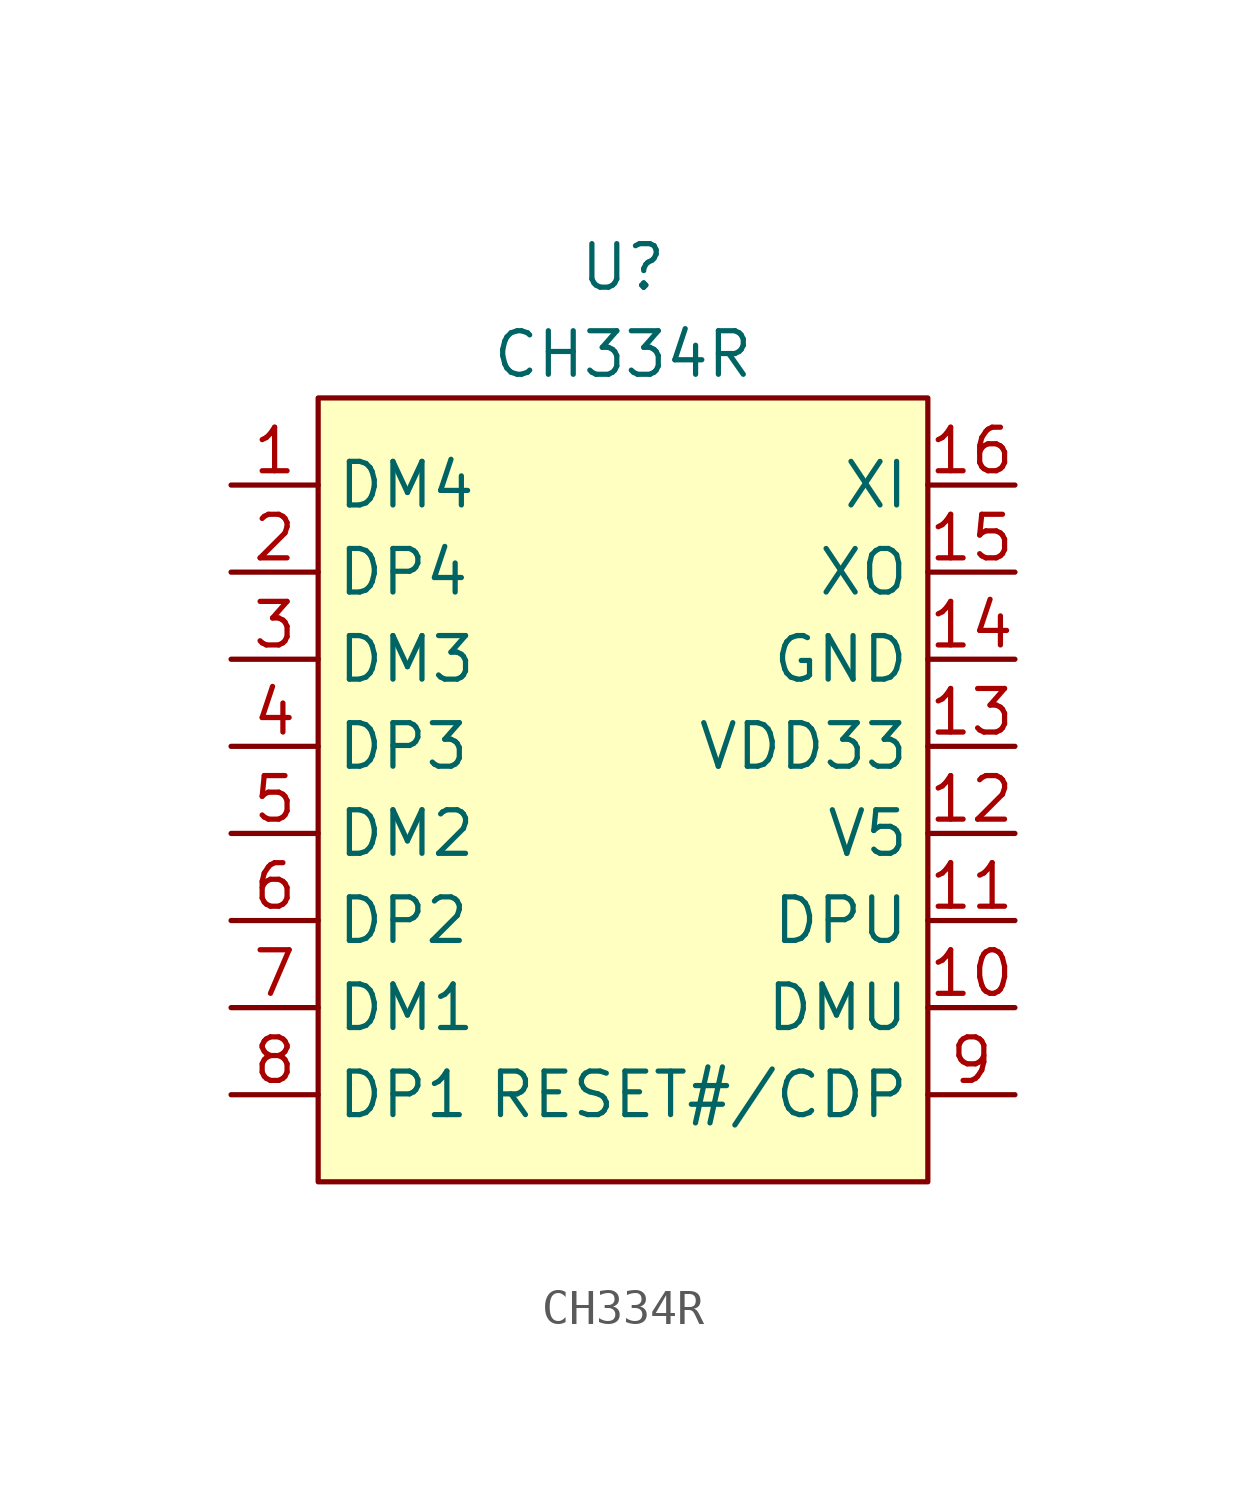
<source format=kicad_sym>
(kicad_symbol_lib
  (version 20211014)
  (generator kicad_symbol_editor)
  (symbol "CH334R"
    (property "Reference" "U"
      (at 0 3.81 0)
      (effects (font (size 1.27 1.27))))
    (property "Value" "CH334R"
      (at 0 1.27 0)
      (effects (font (size 1.27 1.27))))
    (symbol "CH334R_0_1"
      (rectangle (start -8.89 0) (end 8.89 -22.86) (stroke (width 0.152) (type default) (color 0 0 0 0)) (fill (type background))))
    (symbol "CH334R_1_1"
      (pin bidirectional line (at -11.43 -2.54 0) (length 2.54) (name "DM4" (effects (font (size 1.27 1.27)))) (number "1" (effects (font (size 1.27 1.27)))))
      (pin bidirectional line (at 11.43 -17.78 180) (length 2.54) (name "DMU" (effects (font (size 1.27 1.27)))) (number "10" (effects (font (size 1.27 1.27)))))
      (pin bidirectional line (at 11.43 -15.24 180) (length 2.54) (name "DPU" (effects (font (size 1.27 1.27)))) (number "11" (effects (font (size 1.27 1.27)))))
      (pin power_in line (at 11.43 -12.7 180) (length 2.54) (name "V5" (effects (font (size 1.27 1.27)))) (number "12" (effects (font (size 1.27 1.27)))))
      (pin power_out line (at 11.43 -10.16 180) (length 2.54) (name "VDD33" (effects (font (size 1.27 1.27)))) (number "13" (effects (font (size 1.27 1.27)))))
      (pin power_in line (at 11.43 -7.62 180) (length 2.54) (name "GND" (effects (font (size 1.27 1.27)))) (number "14" (effects (font (size 1.27 1.27)))))
      (pin bidirectional line (at 11.43 -5.08 180) (length 2.54) (name "XO" (effects (font (size 1.27 1.27)))) (number "15" (effects (font (size 1.27 1.27)))))
      (pin bidirectional line (at 11.43 -2.54 180) (length 2.54) (name "XI" (effects (font (size 1.27 1.27)))) (number "16" (effects (font (size 1.27 1.27)))))
      (pin bidirectional line (at -11.43 -5.08 0) (length 2.54) (name "DP4" (effects (font (size 1.27 1.27)))) (number "2" (effects (font (size 1.27 1.27)))))
      (pin bidirectional line (at -11.43 -7.62 0) (length 2.54) (name "DM3" (effects (font (size 1.27 1.27)))) (number "3" (effects (font (size 1.27 1.27)))))
      (pin bidirectional line (at -11.43 -10.16 0) (length 2.54) (name "DP3" (effects (font (size 1.27 1.27)))) (number "4" (effects (font (size 1.27 1.27)))))
      (pin bidirectional line (at -11.43 -12.7 0) (length 2.54) (name "DM2" (effects (font (size 1.27 1.27)))) (number "5" (effects (font (size 1.27 1.27)))))
      (pin bidirectional line (at -11.43 -15.24 0) (length 2.54) (name "DP2" (effects (font (size 1.27 1.27)))) (number "6" (effects (font (size 1.27 1.27)))))
      (pin bidirectional line (at -11.43 -17.78 0) (length 2.54) (name "DM1" (effects (font (size 1.27 1.27)))) (number "7" (effects (font (size 1.27 1.27)))))
      (pin bidirectional line (at -11.43 -20.32 0) (length 2.54) (name "DP1" (effects (font (size 1.27 1.27)))) (number "8" (effects (font (size 1.27 1.27)))))
      (pin bidirectional line (at 11.43 -20.32 180) (length 2.54) (name "RESET#/CDP" (effects (font (size 1.27 1.27)))) (number "9" (effects (font (size 1.27 1.27))))))))
</source>
